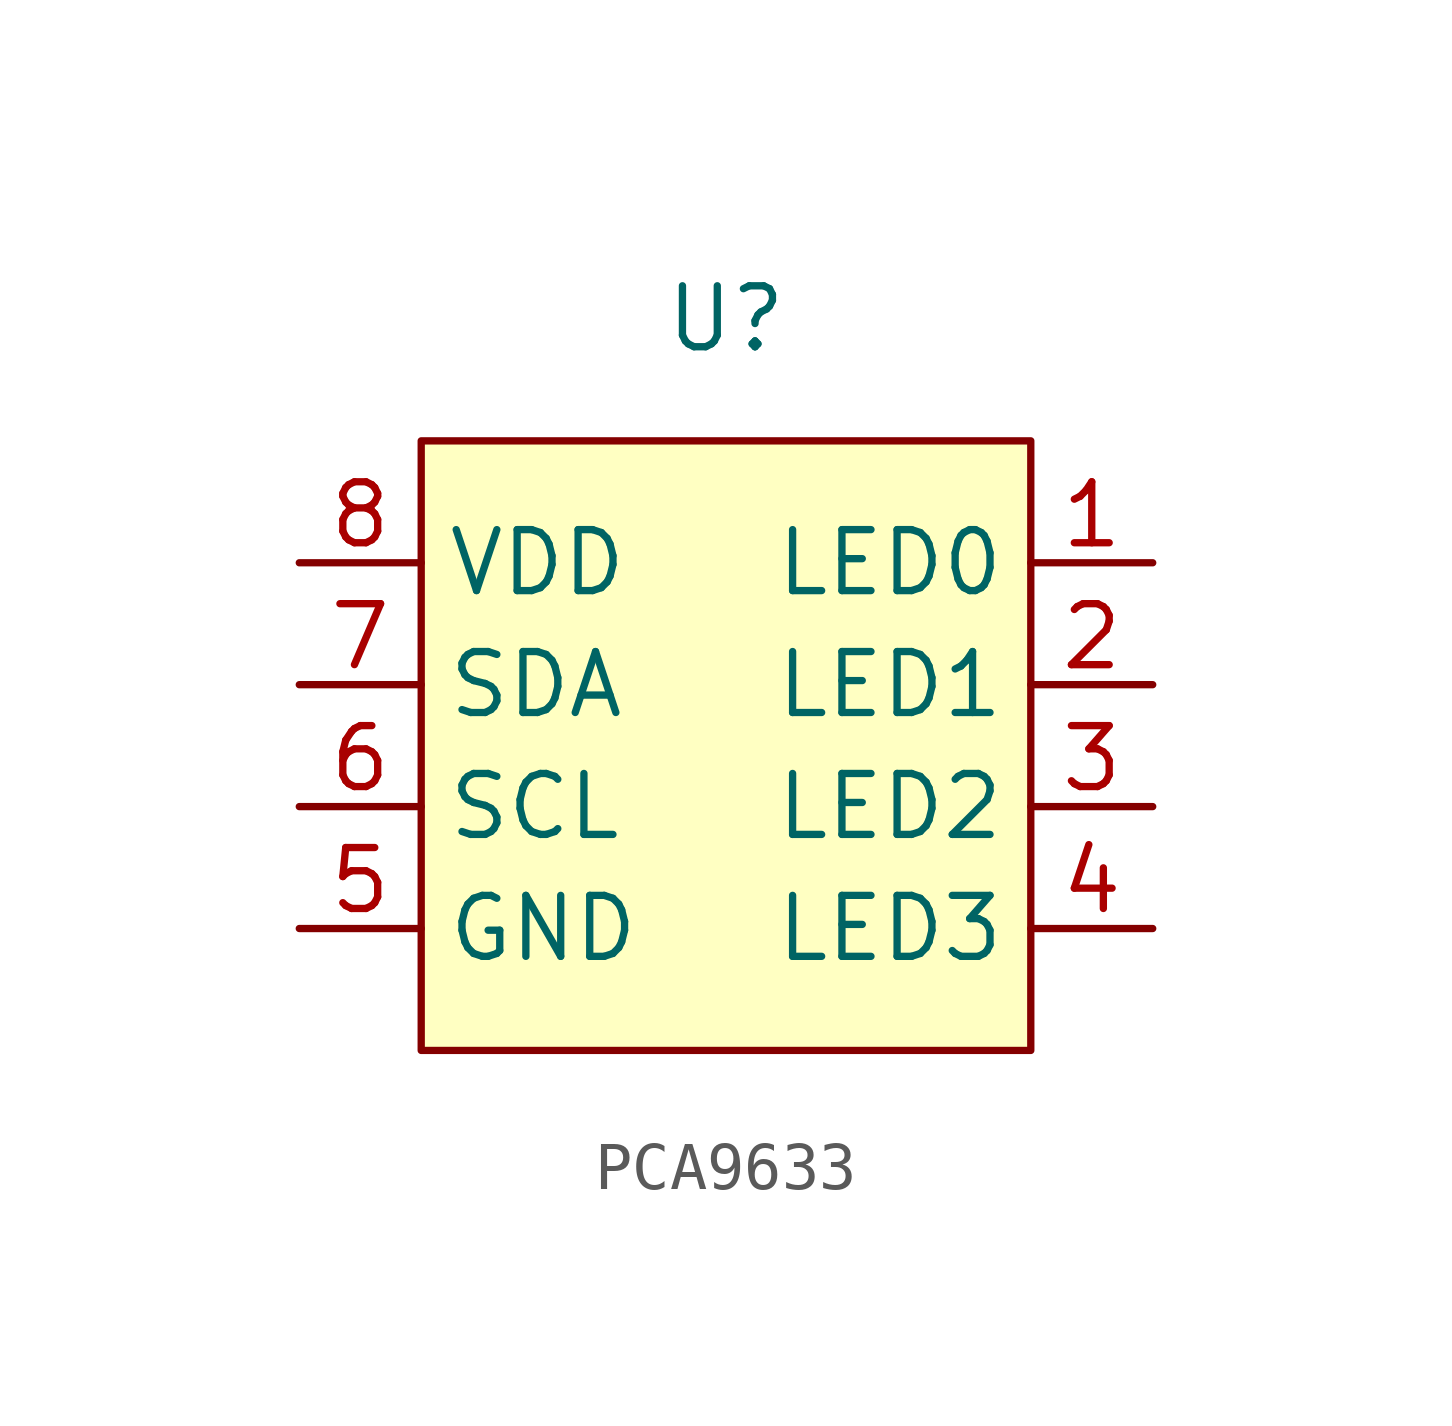
<source format=kicad_sym>
(kicad_symbol_lib
  (version 20231120)
  (generator "kicad_symbol_editor")
  (generator_version "8.0")
  (symbol "PCA9633"
    (property "Reference" "U"
      (at 0 0 0)
      (effects (font (size 1.27 1.27))))
    (property "Value" ""
      (at 0 0 0)
      (effects (font (size 1.27 1.27))))
    (symbol "PCA9633_1_1"
      (rectangle (start -6.35 -2.54) (end 6.35 -15.24) (stroke (width 0) (type default)) (fill (type background)))
      (pin input line (at 8.89 -5.08 180) (length 2.54) (name "LED0" (effects (font (size 1.27 1.27)))) (number "1" (effects (font (size 1.27 1.27)))))
      (pin input line (at 8.89 -7.62 180) (length 2.54) (name "LED1" (effects (font (size 1.27 1.27)))) (number "2" (effects (font (size 1.27 1.27)))))
      (pin input line (at 8.89 -10.16 180) (length 2.54) (name "LED2" (effects (font (size 1.27 1.27)))) (number "3" (effects (font (size 1.27 1.27)))))
      (pin input line (at 8.89 -12.7 180) (length 2.54) (name "LED3" (effects (font (size 1.27 1.27)))) (number "4" (effects (font (size 1.27 1.27)))))
      (pin power_in line (at -8.89 -12.7 0) (length 2.54) (name "GND" (effects (font (size 1.27 1.27)))) (number "5" (effects (font (size 1.27 1.27)))))
      (pin input line (at -8.89 -10.16 0) (length 2.54) (name "SCL" (effects (font (size 1.27 1.27)))) (number "6" (effects (font (size 1.27 1.27)))))
      (pin bidirectional line (at -8.89 -7.62 0) (length 2.54) (name "SDA" (effects (font (size 1.27 1.27)))) (number "7" (effects (font (size 1.27 1.27)))))
      (pin power_in line (at -8.89 -5.08 0) (length 2.54) (name "VDD" (effects (font (size 1.27 1.27)))) (number "8" (effects (font (size 1.27 1.27))))))))
</source>
